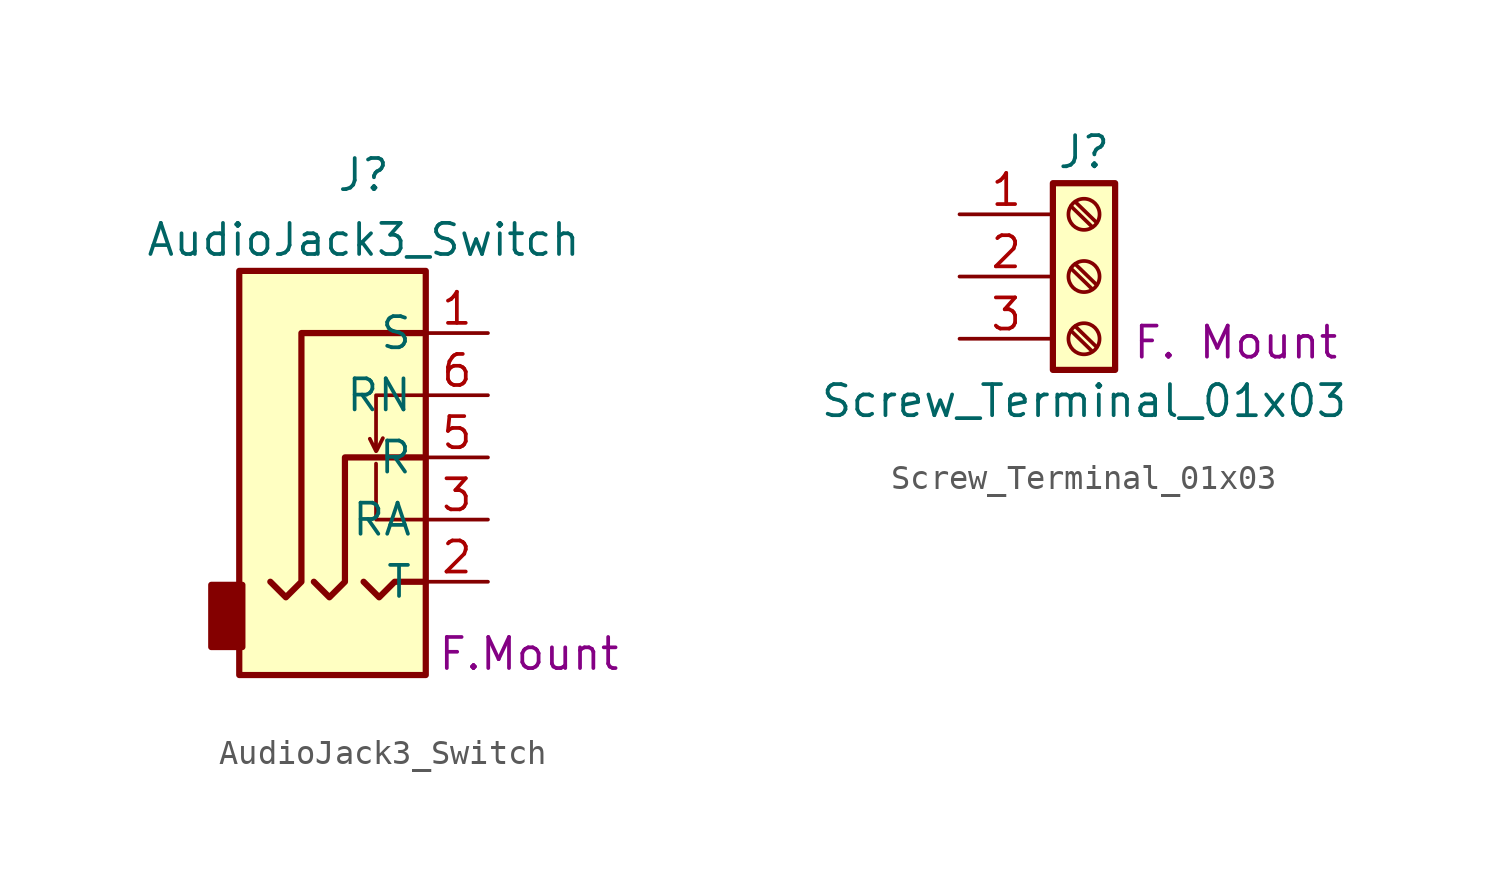
<source format=kicad_sym>
(kicad_symbol_lib
  (version 20211014)
  (generator kicad_symbol_editor)
  (symbol "AudioJack3_Switch"
    (property "Reference" "J"
      (at 0 9 0)
      (effects (font (size 1.27 1.27))))
    (property "Value" "AudioJack3_Switch"
      (at 0 6.35 0)
      (effects (font (size 1.27 1.27))))
    (property "Mount Option" "F.Mount"
      (at 6.756 -10.566 0)
      (effects (font (size 1.27 1.27))))
    (symbol "AudioJack3_Switch_0_1"
      (rectangle (start -5.08 5.08) (end 2.54 -11.43) (stroke (width 0.254) (type default) (color 0 0 0 0)) (fill (type background)))
      (rectangle (start -4.953 -7.747) (end -6.223 -10.287) (stroke (width 0.254) (type default) (color 0 0 0 0)) (fill (type outline)))
      (polyline (pts (xy 0.533 -2.261) (xy 0.787 -1.753)) (stroke (width 0) (type default) (color 0 0 0 0)) (fill (type none)))
      (polyline (pts (xy 0 -7.62) (xy 0.635 -8.255) (xy 1.27 -7.62) (xy 2.54 -7.62)) (stroke (width 0.254) (type default) (color 0 0 0 0)) (fill (type none)))
      (polyline (pts (xy 2.413 0) (xy 0.508 0) (xy 0.508 -2.286) (xy 0.254 -1.778)) (stroke (width 0) (type default) (color 0 0 0 0)) (fill (type none)))
      (polyline (pts (xy 2.54 -5.08) (xy 0.508 -5.08) (xy 0.508 -2.794) (xy 0.508 -2.845)) (stroke (width 0) (type default) (color 0 0 0 0)) (fill (type none)))
      (polyline (pts (xy -2.032 -7.62) (xy -1.397 -8.255) (xy -0.762 -7.62) (xy -0.762 -2.54) (xy 2.413 -2.54)) (stroke (width 0.254) (type default) (color 0 0 0 0)) (fill (type none)))
      (polyline (pts (xy 2.54 2.54) (xy -2.54 2.54) (xy -2.54 -7.62) (xy -3.175 -8.255) (xy -3.81 -7.62)) (stroke (width 0.254) (type default) (color 0 0 0 0)) (fill (type none))))
    (symbol "AudioJack3_Switch_1_1"
      (pin passive line (at 5.08 2.54 180) (length 2.54) (name "S" (effects (font (size 1.27 1.27)))) (number "1" (effects (font (size 1.27 1.27)))))
      (pin passive line (at 5.08 -7.62 180) (length 2.54) (name "T" (effects (font (size 1.27 1.27)))) (number "2" (effects (font (size 1.27 1.27)))))
      (pin passive line (at 5.08 -5.08 180) (length 2.54) (name "RA" (effects (font (size 1.27 1.27)))) (number "3" (effects (font (size 1.27 1.27)))))
      (pin passive line (at 5.08 -2.54 180) (length 2.54) (name "R" (effects (font (size 1.27 1.27)))) (number "5" (effects (font (size 1.27 1.27)))))
      (pin passive line (at 5.08 0 180) (length 2.54) (name "RN" (effects (font (size 1.27 1.27)))) (number "6" (effects (font (size 1.27 1.27)))))))
  (symbol "Screw_Terminal_01x03"
    (pin_names
      (offset 1.016) hide)
    (property "Reference" "J"
      (at 0 5.08 0)
      (effects (font (size 1.27 1.27))))
    (property "Value" "Screw_Terminal_01x03"
      (at 0 -5.08 0)
      (effects (font (size 1.27 1.27))))
    (property "Mount Option" "F. Mount"
      (at 6.198 -2.692 0)
      (effects (font (size 1.27 1.27))))
    (symbol "Screw_Terminal_01x03_1_1"
      (rectangle (start -1.27 3.81) (end 1.27 -3.81) (stroke (width 0.254) (type default) (color 0 0 0 0)) (fill (type background)))
      (circle (center 0 -2.54) (radius 0.635) (stroke (width 0.152) (type default) (color 0 0 0 0)) (fill (type none)))
      (polyline (pts (xy -0.533 -2.21) (xy 0.33 -3.048)) (stroke (width 0.152) (type default) (color 0 0 0 0)) (fill (type none)))
      (polyline (pts (xy -0.533 0.33) (xy 0.33 -0.508)) (stroke (width 0.152) (type default) (color 0 0 0 0)) (fill (type none)))
      (polyline (pts (xy -0.533 2.87) (xy 0.33 2.032)) (stroke (width 0.152) (type default) (color 0 0 0 0)) (fill (type none)))
      (polyline (pts (xy -0.356 -2.032) (xy 0.508 -2.87)) (stroke (width 0.152) (type default) (color 0 0 0 0)) (fill (type none)))
      (polyline (pts (xy -0.356 0.508) (xy 0.508 -0.33)) (stroke (width 0.152) (type default) (color 0 0 0 0)) (fill (type none)))
      (polyline (pts (xy -0.356 3.048) (xy 0.508 2.21)) (stroke (width 0.152) (type default) (color 0 0 0 0)) (fill (type none)))
      (circle (center 0 0) (radius 0.635) (stroke (width 0.152) (type default) (color 0 0 0 0)) (fill (type none)))
      (circle (center 0 2.54) (radius 0.635) (stroke (width 0.152) (type default) (color 0 0 0 0)) (fill (type none)))
      (pin passive line (at -5.08 2.54 0) (length 3.81) (name "Pin_1" (effects (font (size 1.27 1.27)))) (number "1" (effects (font (size 1.27 1.27)))))
      (pin passive line (at -5.08 0 0) (length 3.81) (name "Pin_2" (effects (font (size 1.27 1.27)))) (number "2" (effects (font (size 1.27 1.27)))))
      (pin passive line (at -5.08 -2.54 0) (length 3.81) (name "Pin_3" (effects (font (size 1.27 1.27)))) (number "3" (effects (font (size 1.27 1.27))))))))
</source>
